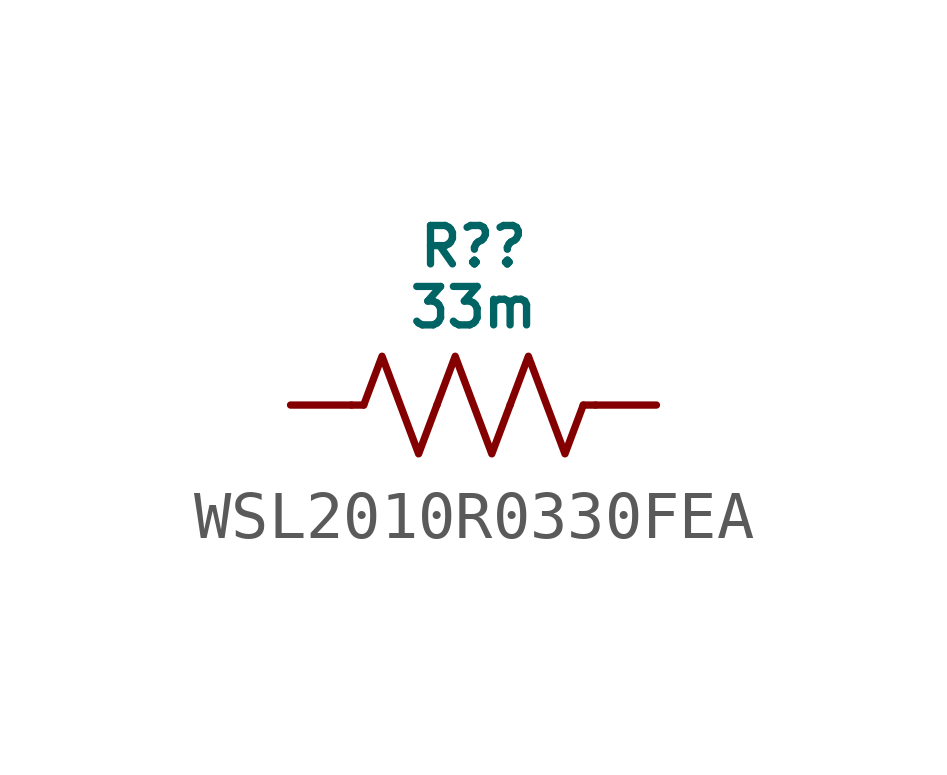
<source format=kicad_sym>
(kicad_symbol_lib
  (version 20231120)
  (generator "kicad_symbol_editor")
  (generator_version "8.0")
  (symbol "WSL2010R0330FEA"
    (pin_numbers hide)
    (pin_names hide)
    (property "Reference" "R?"
      (at 0 3.302 0)
      (do_not_autoplace)
      (effects (font (size 0.8 0.8))))
    (property "Value" "33m"
      (at 0 2.032 0)
      (do_not_autoplace)
      (effects (font (size 0.8 0.8))))
    (symbol "WSL2010R0330FEA_0_1"
      (polyline (pts (xy -2.286 0) (xy -2.54 0)) (stroke (width 0) (type default)) (fill (type none)))
      (polyline (pts (xy 2.286 0) (xy 2.54 0)) (stroke (width 0) (type default)) (fill (type none)))
      (polyline (pts (xy -2.286 0) (xy -1.905 1.016) (xy -1.524 0) (xy -1.143 -1.016) (xy -0.762 0)) (stroke (width 0) (type default)) (fill (type none)))
      (polyline (pts (xy -0.762 0) (xy -0.381 1.016) (xy 0 0) (xy 0.381 -1.016) (xy 0.762 0)) (stroke (width 0) (type default)) (fill (type none)))
      (polyline (pts (xy 0.762 0) (xy 1.143 1.016) (xy 1.524 0) (xy 1.905 -1.016) (xy 2.286 0)) (stroke (width 0) (type default)) (fill (type none))))
    (symbol "WSL2010R0330FEA_1_0"
      (pin passive line (at -3.81 0 0) (length 1.27) (name "" (effects (font (size 0.8 0.8)))) (number "1" (effects (font (size 0.8 0.8)))))
      (pin passive line (at 3.81 0 180) (length 1.27) (name "" (effects (font (size 0.8 0.8)))) (number "2" (effects (font (size 0.8 0.8))))))))
</source>
